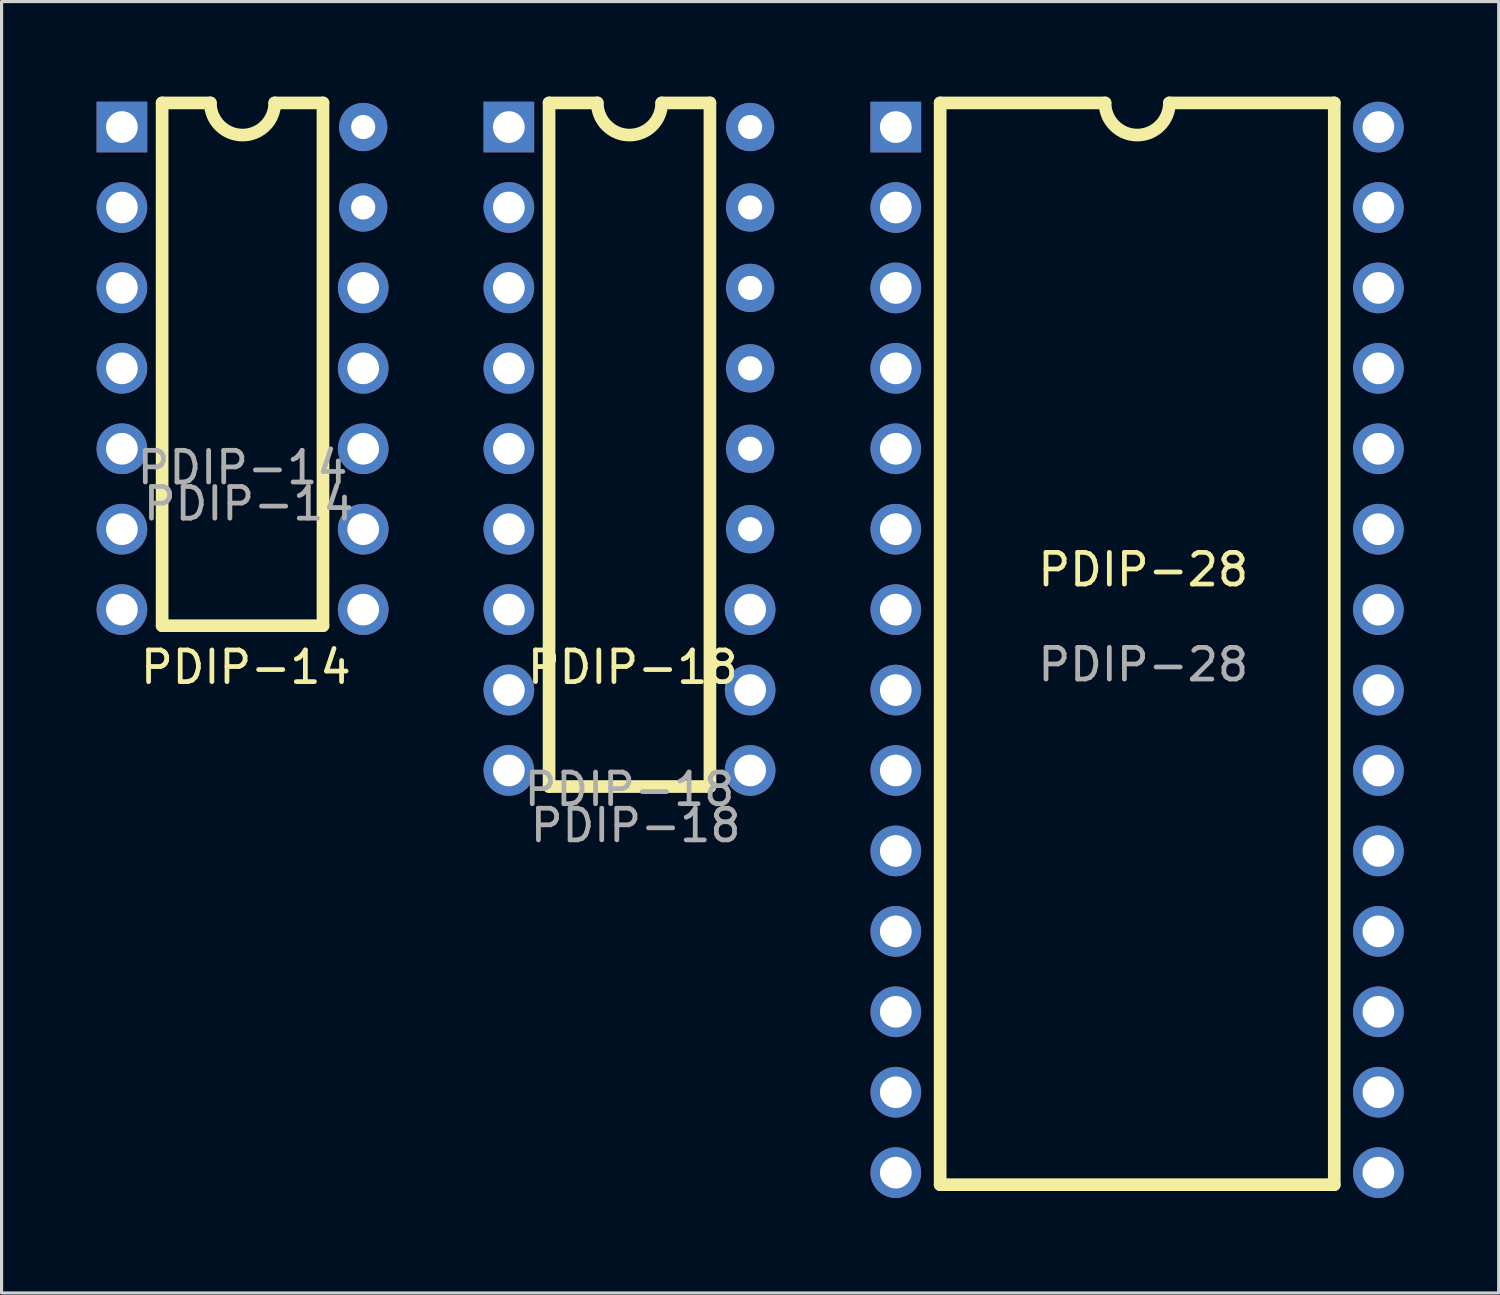
<source format=kicad_pcb>
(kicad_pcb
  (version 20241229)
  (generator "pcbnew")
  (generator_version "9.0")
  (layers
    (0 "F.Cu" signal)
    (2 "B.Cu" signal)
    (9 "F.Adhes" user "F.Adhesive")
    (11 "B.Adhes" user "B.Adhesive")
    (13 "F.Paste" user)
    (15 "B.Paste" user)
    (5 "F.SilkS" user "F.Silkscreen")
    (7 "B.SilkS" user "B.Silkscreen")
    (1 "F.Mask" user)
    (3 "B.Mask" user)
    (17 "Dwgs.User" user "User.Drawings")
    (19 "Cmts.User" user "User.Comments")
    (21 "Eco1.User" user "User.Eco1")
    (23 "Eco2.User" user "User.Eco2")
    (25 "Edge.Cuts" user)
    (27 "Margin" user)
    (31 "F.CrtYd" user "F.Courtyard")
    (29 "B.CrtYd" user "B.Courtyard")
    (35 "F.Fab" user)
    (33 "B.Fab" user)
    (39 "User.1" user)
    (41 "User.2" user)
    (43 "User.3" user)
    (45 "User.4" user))
  (footprint "PDIP-14"
    (layer "F.Cu")
    (at 4.61 8.582)
    (property "Reference" "PDIP-14" (at 0.103 9.439 0) (unlocked yes) (layer "F.SilkS") (effects (font (size 1 1) (thickness 0.15))))
    (attr through_hole)
    (fp_line (start -2.54 -8.382) (end -1.016 -8.382) (stroke (width 0.4) (type default)) (layer "F.SilkS"))
    (fp_line (start -2.54 8.128) (end -2.54 -8.382) (stroke (width 0.4) (type default)) (layer "F.SilkS"))
    (fp_line (start -2.54 8.128) (end 2.54 8.128) (stroke (width 0.4) (type default)) (layer "F.SilkS"))
    (fp_line (start 1.016 -8.382) (end 2.54 -8.382) (stroke (width 0.4) (type default)) (layer "F.SilkS"))
    (fp_line (start 2.54 8.128) (end 2.54 -8.382) (stroke (width 0.4) (type default)) (layer "F.SilkS"))
    (fp_arc (start 1.016 -8.382) (mid 0 -7.366) (end -1.016 -8.382) (stroke (width 0.4) (type default)) (layer "F.SilkS"))
    (fp_text user "${REFERENCE}" (at 0.195 4.277 0) (unlocked yes) (layer "F.Fab") (effects (font (size 1 1) (thickness 0.15))))
    (fp_text user "${REFERENCE}" (at 0 3.135 0) (unlocked yes) (layer "F.Fab") (effects (font (size 1 1) (thickness 0.15))))
    (pad "1" thru_hole rect (at -3.81 -7.62) (size 1.6 1.6) (drill 1) (layers "*.Cu" "*.Mask"))
    (pad "2" thru_hole circle (at -3.81 -5.08) (size 1.6 1.6) (drill 1) (layers "*.Cu" "*.Mask"))
    (pad "3" thru_hole circle (at -3.81 -2.54) (size 1.6 1.6) (drill 1) (layers "*.Cu" "*.Mask"))
    (pad "4" thru_hole circle (at -3.81 0) (size 1.6 1.6) (drill 1) (layers "*.Cu" "*.Mask"))
    (pad "5" thru_hole circle (at -3.81 2.54) (size 1.6 1.6) (drill 1) (layers "*.Cu" "*.Mask"))
    (pad "6" thru_hole circle (at -3.81 5.08) (size 1.6 1.6) (drill 1) (layers "*.Cu" "*.Mask"))
    (pad "7" thru_hole circle (at -3.81 7.62) (size 1.6 1.6) (drill 1) (layers "*.Cu" "*.Mask"))
    (pad "8" thru_hole circle (at 3.81 7.62) (size 1.6 1.6) (drill 1) (layers "*.Cu" "*.Mask"))
    (pad "9" thru_hole circle (at 3.81 5.08) (size 1.6 1.6) (drill 1) (layers "*.Cu" "*.Mask"))
    (pad "10" thru_hole circle (at 3.81 2.54) (size 1.6 1.6) (drill 1) (layers "*.Cu" "*.Mask"))
    (pad "11" thru_hole circle (at 3.81 0) (size 1.6 1.6) (drill 1) (layers "*.Cu" "*.Mask"))
    (pad "12" thru_hole circle (at 3.81 -2.54) (size 1.6 1.6) (drill 1) (layers "*.Cu" "*.Mask"))
    (pad "13" thru_hole circle (at 3.81 -5.08 180) (size 1.524 1.524) (drill 0.762) (layers "*.Cu" "*.Mask"))
    (pad "14" thru_hole circle (at 3.81 -7.62 180) (size 1.524 1.524) (drill 0.762) (layers "*.Cu" "*.Mask")))
  (footprint "PDIP-28"
    (layer "F.Cu")
    (at 32.86 14.933)
    (property "Reference" "PDIP-28" (at 0.195 0.007 0) (unlocked yes) (layer "F.SilkS") (effects (font (size 1 1) (thickness 0.15))))
    (attr through_hole)
    (fp_line (start -6.219 -14.733) (end -6.219 19.43) (stroke (width 0.4) (type default)) (layer "F.SilkS"))
    (fp_line (start -6.219 19.43) (end 6.227 19.43) (stroke (width 0.4) (type default)) (layer "F.SilkS"))
    (fp_line (start -1.012 -14.733) (end -6.219 -14.733) (stroke (width 0.4) (type default)) (layer "F.SilkS"))
    (fp_line (start 6.227 -14.733) (end 1.02 -14.733) (stroke (width 0.4) (type default)) (layer "F.SilkS"))
    (fp_line (start 6.227 19.43) (end 6.227 -14.733) (stroke (width 0.4) (type default)) (layer "F.SilkS"))
    (fp_arc (start 1.020378 -14.733366) (mid 0.004378 -13.717366) (end -1.011622 -14.733366) (stroke (width 0.4) (type default)) (layer "F.SilkS"))
    (fp_text user "${REFERENCE}" (at 0.195 3.007 0) (unlocked yes) (layer "F.Fab") (effects (font (size 1 1) (thickness 0.15))))
    (pad "1" thru_hole rect (at -7.62 -13.97) (size 1.6 1.6) (drill 1) (layers "*.Cu" "*.Mask"))
    (pad "2" thru_hole circle (at -7.62 -11.43) (size 1.6 1.6) (drill 1) (layers "*.Cu" "*.Mask"))
    (pad "3" thru_hole circle (at -7.62 -8.89) (size 1.6 1.6) (drill 1) (layers "*.Cu" "*.Mask"))
    (pad "4" thru_hole circle (at -7.62 -6.35) (size 1.6 1.6) (drill 1) (layers "*.Cu" "*.Mask"))
    (pad "5" thru_hole circle (at -7.62 -3.81) (size 1.6 1.6) (drill 1) (layers "*.Cu" "*.Mask"))
    (pad "6" thru_hole circle (at -7.62 -1.27) (size 1.6 1.6) (drill 1) (layers "*.Cu" "*.Mask"))
    (pad "7" thru_hole circle (at -7.62 1.27) (size 1.6 1.6) (drill 1) (layers "*.Cu" "*.Mask"))
    (pad "8" thru_hole circle (at -7.62 3.81) (size 1.6 1.6) (drill 1) (layers "*.Cu" "*.Mask"))
    (pad "9" thru_hole circle (at -7.62 6.35) (size 1.6 1.6) (drill 1) (layers "*.Cu" "*.Mask"))
    (pad "10" thru_hole circle (at -7.62 8.89) (size 1.6 1.6) (drill 1) (layers "*.Cu" "*.Mask"))
    (pad "11" thru_hole circle (at -7.62 11.43) (size 1.6 1.6) (drill 1) (layers "*.Cu" "*.Mask"))
    (pad "12" thru_hole circle (at -7.62 13.97) (size 1.6 1.6) (drill 1) (layers "*.Cu" "*.Mask"))
    (pad "13" thru_hole circle (at -7.62 16.51) (size 1.6 1.6) (drill 1) (layers "*.Cu" "*.Mask"))
    (pad "14" thru_hole circle (at -7.62 19.05) (size 1.6 1.6) (drill 1) (layers "*.Cu" "*.Mask"))
    (pad "15" thru_hole circle (at 7.62 19.05) (size 1.6 1.6) (drill 1) (layers "*.Cu" "*.Mask"))
    (pad "16" thru_hole circle (at 7.62 16.51) (size 1.6 1.6) (drill 1) (layers "*.Cu" "*.Mask"))
    (pad "17" thru_hole circle (at 7.62 13.97) (size 1.6 1.6) (drill 1) (layers "*.Cu" "*.Mask"))
    (pad "18" thru_hole circle (at 7.62 11.43) (size 1.6 1.6) (drill 1) (layers "*.Cu" "*.Mask"))
    (pad "19" thru_hole circle (at 7.62 8.89) (size 1.6 1.6) (drill 1) (layers "*.Cu" "*.Mask"))
    (pad "20" thru_hole circle (at 7.62 6.35) (size 1.6 1.6) (drill 1) (layers "*.Cu" "*.Mask"))
    (pad "21" thru_hole circle (at 7.62 3.81) (size 1.6 1.6) (drill 1) (layers "*.Cu" "*.Mask"))
    (pad "22" thru_hole circle (at 7.62 1.27) (size 1.6 1.6) (drill 1) (layers "*.Cu" "*.Mask"))
    (pad "23" thru_hole circle (at 7.62 -1.27) (size 1.6 1.6) (drill 1) (layers "*.Cu" "*.Mask"))
    (pad "24" thru_hole circle (at 7.62 -3.81) (size 1.6 1.6) (drill 1) (layers "*.Cu" "*.Mask"))
    (pad "25" thru_hole circle (at 7.62 -6.35) (size 1.6 1.6) (drill 1) (layers "*.Cu" "*.Mask"))
    (pad "26" thru_hole circle (at 7.62 -8.89) (size 1.6 1.6) (drill 1) (layers "*.Cu" "*.Mask"))
    (pad "27" thru_hole circle (at 7.62 -11.43) (size 1.6 1.6) (drill 1) (layers "*.Cu" "*.Mask"))
    (pad "28" thru_hole circle (at 7.62 -13.97) (size 1.6 1.6) (drill 1) (layers "*.Cu" "*.Mask")))
  (footprint "PDIP-18"
    (layer "F.Cu")
    (at 16.83 8.582)
    (property "Reference" "PDIP-18" (at 0.103 9.439 0) (unlocked yes) (layer "F.SilkS") (effects (font (size 1 1) (thickness 0.15))))
    (attr through_hole)
    (fp_line (start -2.54 -8.382) (end -1.016 -8.382) (stroke (width 0.4) (type default)) (layer "F.SilkS"))
    (fp_line (start -2.54 13.208) (end -2.54 -8.382) (stroke (width 0.4) (type default)) (layer "F.SilkS"))
    (fp_line (start -2.54 13.208) (end 2.54 13.208) (stroke (width 0.4) (type default)) (layer "F.SilkS"))
    (fp_line (start 1.016 -8.382) (end 2.54 -8.382) (stroke (width 0.4) (type default)) (layer "F.SilkS"))
    (fp_line (start 2.54 13.208) (end 2.54 -8.382) (stroke (width 0.4) (type default)) (layer "F.SilkS"))
    (fp_arc (start 1.016 -8.382) (mid 0 -7.366) (end -1.016 -8.382) (stroke (width 0.4) (type default)) (layer "F.SilkS"))
    (fp_text user "${REFERENCE}" (at 0 13.295 0) (unlocked yes) (layer "F.Fab") (effects (font (size 1 1) (thickness 0.15))))
    (fp_text user "${REFERENCE}" (at 0.195 14.437 0) (unlocked yes) (layer "F.Fab") (effects (font (size 1 1) (thickness 0.15))))
    (pad "1" thru_hole rect (at -3.81 -7.62) (size 1.6 1.6) (drill 1) (layers "*.Cu" "*.Mask"))
    (pad "2" thru_hole circle (at -3.81 -5.08) (size 1.6 1.6) (drill 1) (layers "*.Cu" "*.Mask"))
    (pad "3" thru_hole circle (at -3.81 -2.54) (size 1.6 1.6) (drill 1) (layers "*.Cu" "*.Mask"))
    (pad "4" thru_hole circle (at -3.81 0) (size 1.6 1.6) (drill 1) (layers "*.Cu" "*.Mask"))
    (pad "5" thru_hole circle (at -3.81 2.54) (size 1.6 1.6) (drill 1) (layers "*.Cu" "*.Mask"))
    (pad "6" thru_hole circle (at -3.81 5.08) (size 1.6 1.6) (drill 1) (layers "*.Cu" "*.Mask"))
    (pad "7" thru_hole circle (at -3.81 7.62) (size 1.6 1.6) (drill 1) (layers "*.Cu" "*.Mask"))
    (pad "8" thru_hole circle (at -3.81 10.16) (size 1.6 1.6) (drill 1) (layers "*.Cu" "*.Mask"))
    (pad "9" thru_hole circle (at -3.81 12.7) (size 1.6 1.6) (drill 1) (layers "*.Cu" "*.Mask"))
    (pad "10" thru_hole circle (at 3.81 12.7) (size 1.6 1.6) (drill 1) (layers "*.Cu" "*.Mask"))
    (pad "11" thru_hole circle (at 3.81 10.16) (size 1.6 1.6) (drill 1) (layers "*.Cu" "*.Mask"))
    (pad "12" thru_hole circle (at 3.81 7.62) (size 1.6 1.6) (drill 1) (layers "*.Cu" "*.Mask"))
    (pad "13" thru_hole circle (at 3.81 5.08 180) (size 1.524 1.524) (drill 0.762) (layers "*.Cu" "*.Mask"))
    (pad "14" thru_hole circle (at 3.81 2.54 180) (size 1.524 1.524) (drill 0.762) (layers "*.Cu" "*.Mask"))
    (pad "15" thru_hole circle (at 3.81 0) (size 1.524 1.524) (drill 0.762) (layers "*.Cu" "*.Mask"))
    (pad "16" thru_hole circle (at 3.81 -2.54) (size 1.524 1.524) (drill 0.762) (layers "*.Cu" "*.Mask"))
    (pad "17" thru_hole circle (at 3.81 -5.08) (size 1.524 1.524) (drill 0.762) (layers "*.Cu" "*.Mask"))
    (pad "18" thru_hole circle (at 3.81 -7.62) (size 1.524 1.524) (drill 0.762) (layers "*.Cu" "*.Mask")))
  (gr_rect
    (start -3 -3)
    (end 44.28 37.783)
    (stroke (width 0.1) (type default))
    (fill no)
    (layer "Edge.Cuts")))
</source>
